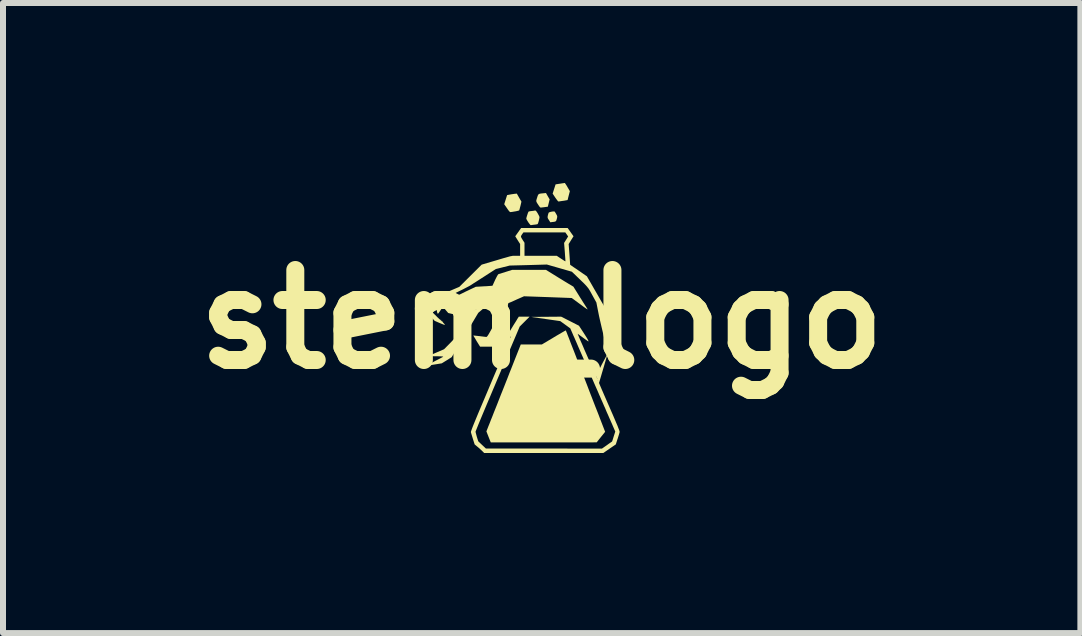
<source format=kicad_pcb>
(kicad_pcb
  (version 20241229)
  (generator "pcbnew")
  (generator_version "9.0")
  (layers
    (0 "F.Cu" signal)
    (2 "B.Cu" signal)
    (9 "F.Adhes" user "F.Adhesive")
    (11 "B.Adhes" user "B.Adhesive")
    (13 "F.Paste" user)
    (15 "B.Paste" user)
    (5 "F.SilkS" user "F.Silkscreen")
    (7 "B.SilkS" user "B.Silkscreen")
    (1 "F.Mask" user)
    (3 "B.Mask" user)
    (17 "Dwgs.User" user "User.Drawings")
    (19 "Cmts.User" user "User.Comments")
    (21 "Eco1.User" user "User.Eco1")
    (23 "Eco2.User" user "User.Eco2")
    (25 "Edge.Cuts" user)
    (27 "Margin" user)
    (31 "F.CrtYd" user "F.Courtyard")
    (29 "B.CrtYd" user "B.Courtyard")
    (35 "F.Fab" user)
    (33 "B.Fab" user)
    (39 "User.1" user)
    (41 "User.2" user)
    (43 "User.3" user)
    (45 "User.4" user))
  (footprint "stem_logo"
    (layer "F.Cu")
    (at 5.979 2.272)
    (property "Reference" "stem_logo" (at 0 0 0) (layer "F.SilkS") (effects (font (size 1.5 1.5) (thickness 0.3))))
    (attr board_only exclude_from_pos_files exclude_from_bom)
    (fp_poly (pts (xy -1.677 0.004) (xy -1.68 0.007) (xy -1.684 0.004) (xy -1.68 -0.000001)) (stroke (width 0) (type solid)) (fill yes) (layer "F.SilkS"))
    (fp_poly (pts (xy -0.377 -2.028) (xy -0.338 -1.961) (xy -0.354 -1.892) (xy -0.362 -1.862) (xy -0.369 -1.836) (xy -0.374 -1.82) (xy -0.375 -1.816) (xy -0.384 -1.812) (xy -0.403 -1.807) (xy -0.429 -1.801) (xy -0.459 -1.796) (xy -0.488 -1.791) (xy -0.513 -1.788) (xy -0.527 -1.787) (xy -0.534 -1.793) (xy -0.548 -1.808) (xy -0.565 -1.831) (xy -0.58 -1.853) (xy -0.625 -1.918) (xy -0.601 -1.994) (xy -0.577 -2.07) (xy -0.537 -2.078) (xy -0.504 -2.084) (xy -0.469 -2.089) (xy -0.456 -2.091) (xy -0.415 -2.095)) (stroke (width 0) (type solid)) (fill yes) (layer "F.SilkS"))
    (fp_poly (pts (xy 0.101 -2.052) (xy 0.132 -1.999) (xy 0.117 -1.938) (xy 0.102 -1.877) (xy 0.064 -1.872) (xy 0.036 -1.868) (xy 0.009 -1.865) (xy -0.000001 -1.864) (xy -0.015 -1.862) (xy -0.026 -1.866) (xy -0.037 -1.878) (xy -0.049 -1.895) (xy -0.069 -1.925) (xy -0.082 -1.946) (xy -0.089 -1.962) (xy -0.091 -1.976) (xy -0.088 -1.991) (xy -0.082 -2.012) (xy -0.077 -2.027) (xy -0.068 -2.056) (xy -0.06 -2.074) (xy -0.05 -2.086) (xy -0.034 -2.093) (xy -0.01 -2.097) (xy 0.022 -2.1) (xy 0.071 -2.105)) (stroke (width 0) (type solid)) (fill yes) (layer "F.SilkS"))
    (fp_poly (pts (xy 0.21 -1.797) (xy 0.216 -1.795) (xy 0.223 -1.785) (xy 0.234 -1.767) (xy 0.242 -1.753) (xy 0.253 -1.733) (xy 0.258 -1.718) (xy 0.258 -1.703) (xy 0.253 -1.68) (xy 0.252 -1.676) (xy 0.245 -1.653) (xy 0.238 -1.638) (xy 0.226 -1.63) (xy 0.207 -1.625) (xy 0.18 -1.622) (xy 0.143 -1.617) (xy 0.119 -1.656) (xy 0.105 -1.677) (xy 0.099 -1.693) (xy 0.098 -1.707) (xy 0.101 -1.727) (xy 0.102 -1.731) (xy 0.108 -1.754) (xy 0.114 -1.772) (xy 0.117 -1.778) (xy 0.127 -1.784) (xy 0.146 -1.79) (xy 0.17 -1.795) (xy 0.193 -1.798)) (stroke (width 0) (type solid)) (fill yes) (layer "F.SilkS"))
    (fp_poly (pts (xy 0.39 -2.266) (xy 0.401 -2.25) (xy 0.416 -2.227) (xy 0.429 -2.204) (xy 0.469 -2.136) (xy 0.45 -2.063) (xy 0.442 -2.032) (xy 0.436 -2.007) (xy 0.432 -1.992) (xy 0.431 -1.988) (xy 0.423 -1.986) (xy 0.406 -1.983) (xy 0.38 -1.978) (xy 0.352 -1.974) (xy 0.323 -1.97) (xy 0.299 -1.966) (xy 0.282 -1.964) (xy 0.278 -1.964) (xy 0.27 -1.97) (xy 0.257 -1.986) (xy 0.24 -2.009) (xy 0.225 -2.03) (xy 0.182 -2.095) (xy 0.206 -2.171) (xy 0.216 -2.202) (xy 0.224 -2.227) (xy 0.229 -2.243) (xy 0.231 -2.248) (xy 0.238 -2.25) (xy 0.256 -2.253) (xy 0.281 -2.257) (xy 0.31 -2.261) (xy 0.339 -2.266) (xy 0.363 -2.269) (xy 0.38 -2.272) (xy 0.385 -2.272)) (stroke (width 0) (type solid)) (fill yes) (layer "F.SilkS"))
    (fp_poly (pts (xy -0.1 -1.811) (xy -0.087 -1.797) (xy -0.07 -1.771) (xy -0.067 -1.766) (xy -0.053 -1.74) (xy -0.042 -1.719) (xy -0.037 -1.704) (xy -0.037 -1.703) (xy -0.039 -1.687) (xy -0.044 -1.663) (xy -0.05 -1.637) (xy -0.057 -1.613) (xy -0.064 -1.595) (xy -0.068 -1.587) (xy -0.079 -1.584) (xy -0.1 -1.58) (xy -0.124 -1.577) (xy -0.15 -1.574) (xy -0.171 -1.571) (xy -0.181 -1.569) (xy -0.189 -1.573) (xy -0.202 -1.588) (xy -0.219 -1.61) (xy -0.224 -1.618) (xy -0.239 -1.642) (xy -0.251 -1.663) (xy -0.257 -1.676) (xy -0.257 -1.678) (xy -0.255 -1.692) (xy -0.249 -1.714) (xy -0.241 -1.739) (xy -0.233 -1.764) (xy -0.225 -1.784) (xy -0.219 -1.795) (xy -0.218 -1.796) (xy -0.207 -1.799) (xy -0.186 -1.803) (xy -0.166 -1.805) (xy -0.14 -1.808) (xy -0.119 -1.812) (xy -0.109 -1.813)) (stroke (width 0) (type solid)) (fill yes) (layer "F.SilkS"))
    (fp_poly (pts (xy -0.879 -0.263) (xy -0.883 -0.258) (xy -0.897 -0.245) (xy -0.919 -0.226) (xy -0.946 -0.202) (xy -0.968 -0.184) (xy -1.058 -0.107) (xy -1.148 0.044) (xy -1.175 0.089) (xy -1.207 0.144) (xy -1.244 0.205) (xy -1.283 0.27) (xy -1.321 0.334) (xy -1.359 0.396) (xy -1.369 0.413) (xy -1.501 0.631) (xy -1.583 0.683) (xy -1.666 0.734) (xy -1.785 0.753) (xy -1.834 0.761) (xy -1.87 0.766) (xy -1.895 0.77) (xy -1.911 0.772) (xy -1.918 0.772) (xy -1.919 0.77) (xy -1.919 0.77) (xy -1.912 0.766) (xy -1.893 0.756) (xy -1.866 0.742) (xy -1.832 0.724) (xy -1.793 0.704) (xy -1.791 0.702) (xy -1.75 0.681) (xy -1.713 0.662) (xy -1.682 0.646) (xy -1.66 0.634) (xy -1.647 0.628) (xy -1.647 0.628) (xy -1.643 0.624) (xy -1.644 0.622) (xy -1.653 0.62) (xy -1.672 0.618) (xy -1.702 0.617) (xy -1.744 0.616) (xy -1.764 0.616) (xy -1.898 0.614) (xy -1.763 0.557) (xy -1.628 0.499) (xy -1.536 0.406) (xy -1.504 0.373) (xy -1.475 0.342) (xy -1.451 0.315) (xy -1.433 0.293) (xy -1.426 0.283) (xy -1.417 0.269) (xy -1.402 0.245) (xy -1.381 0.212) (xy -1.355 0.173) (xy -1.326 0.128) (xy -1.294 0.079) (xy -1.277 0.054) (xy -1.146 -0.145) (xy -1.014 -0.205) (xy -0.973 -0.224) (xy -0.937 -0.239) (xy -0.908 -0.252) (xy -0.888 -0.26) (xy -0.879 -0.263)) (stroke (width 0) (type solid)) (fill yes) (layer "F.SilkS"))
    (fp_poly (pts (xy 0.402 0.187) (xy 0.404 0.191) (xy 0.407 0.199) (xy 0.412 0.211) (xy 0.419 0.227) (xy 0.427 0.249) (xy 0.438 0.277) (xy 0.452 0.312) (xy 0.468 0.354) (xy 0.487 0.404) (xy 0.51 0.463) (xy 0.537 0.531) (xy 0.567 0.609) (xy 0.601 0.698) (xy 0.64 0.798) (xy 0.683 0.91) (xy 0.732 1.035) (xy 0.761 1.11) (xy 0.786 1.176) (xy 0.811 1.241) (xy 0.835 1.302) (xy 0.856 1.357) (xy 0.875 1.406) (xy 0.89 1.445) (xy 0.901 1.473) (xy 0.905 1.482) (xy 0.916 1.511) (xy 0.932 1.551) (xy 0.95 1.597) (xy 0.969 1.648) (xy 0.989 1.699) (xy 0.995 1.715) (xy 1.057 1.875) (xy 0.986 1.963) (xy 0.916 2.051) (xy 0.033 2.052) (xy -0.849 2.052) (xy -0.886 1.96) (xy -0.922 1.868) (xy -0.888 1.781) (xy -0.878 1.757) (xy -0.864 1.722) (xy -0.846 1.675) (xy -0.824 1.621) (xy -0.8 1.559) (xy -0.773 1.492) (xy -0.745 1.422) (xy -0.717 1.35) (xy -0.711 1.335) (xy -0.679 1.253) (xy -0.644 1.166) (xy -0.608 1.075) (xy -0.572 0.984) (xy -0.538 0.896) (xy -0.505 0.814) (xy -0.476 0.74) (xy -0.459 0.697) (xy -0.349 0.419) (xy -0.173 0.419) (xy 0.003 0.419) (xy 0.201 0.301) (xy 0.249 0.272) (xy 0.294 0.246) (xy 0.333 0.223) (xy 0.364 0.205) (xy 0.387 0.192) (xy 0.399 0.186) (xy 0.401 0.185)) (stroke (width 0) (type solid)) (fill yes) (layer "F.SilkS"))
    (fp_poly (pts (xy 0.236 -0.722) (xy 0.284 -0.692) (xy 0.332 -0.663) (xy 0.377 -0.635) (xy 0.417 -0.611) (xy 0.448 -0.592) (xy 0.464 -0.583) (xy 0.528 -0.544) (xy 0.611 -0.411) (xy 0.638 -0.367) (xy 0.665 -0.325) (xy 0.689 -0.286) (xy 0.71 -0.254) (xy 0.724 -0.231) (xy 0.726 -0.229) (xy 0.742 -0.204) (xy 0.756 -0.182) (xy 0.764 -0.168) (xy 0.765 -0.167) (xy 0.762 -0.166) (xy 0.75 -0.173) (xy 0.729 -0.187) (xy 0.702 -0.206) (xy 0.686 -0.218) (xy 0.65 -0.245) (xy 0.613 -0.272) (xy 0.58 -0.297) (xy 0.553 -0.316) (xy 0.55 -0.319) (xy 0.5 -0.355) (xy 0.102 -0.37) (xy -0.295 -0.384) (xy -0.374 -0.349) (xy -0.411 -0.333) (xy -0.448 -0.316) (xy -0.481 -0.301) (xy -0.498 -0.293) (xy -0.523 -0.283) (xy -0.542 -0.275) (xy -0.551 -0.272) (xy -0.551 -0.272) (xy -0.557 -0.266) (xy -0.562 -0.25) (xy -0.562 -0.248) (xy -0.57 -0.194) (xy -0.579 -0.128) (xy -0.589 -0.052) (xy -0.592 -0.026) (xy -0.598 0.009) (xy -0.606 0.054) (xy -0.616 0.108) (xy -0.627 0.165) (xy -0.64 0.223) (xy -0.648 0.258) (xy -0.659 0.309) (xy -0.67 0.355) (xy -0.679 0.394) (xy -0.686 0.424) (xy -0.69 0.444) (xy -0.691 0.451) (xy -0.698 0.453) (xy -0.718 0.454) (xy -0.748 0.455) (xy -0.787 0.455) (xy -0.832 0.456) (xy -0.859 0.456) (xy -1.027 0.456) (xy -1.084 0.365) (xy -1.103 0.332) (xy -1.12 0.304) (xy -1.133 0.283) (xy -1.139 0.272) (xy -1.14 0.27) (xy -1.133 0.27) (xy -1.114 0.272) (xy -1.086 0.275) (xy -1.051 0.279) (xy -1.039 0.28) (xy -1.001 0.285) (xy -0.967 0.289) (xy -0.941 0.292) (xy -0.925 0.294) (xy -0.923 0.294) (xy -0.916 0.291) (xy -0.907 0.282) (xy -0.895 0.265) (xy -0.879 0.239) (xy -0.858 0.202) (xy -0.836 0.163) (xy -0.765 0.032) (xy -0.765 -0.133) (xy -0.765 -0.298) (xy -0.808 -0.325) (xy -0.851 -0.353) (xy -1.019 -0.353) (xy -1.187 -0.353) (xy -1.316 -0.319) (xy -1.374 -0.304) (xy -1.419 -0.292) (xy -1.453 -0.283) (xy -1.478 -0.275) (xy -1.494 -0.27) (xy -1.504 -0.266) (xy -1.508 -0.263) (xy -1.51 -0.26) (xy -1.51 -0.259) (xy -1.505 -0.25) (xy -1.493 -0.232) (xy -1.476 -0.207) (xy -1.455 -0.177) (xy -1.444 -0.162) (xy -1.422 -0.131) (xy -1.404 -0.103) (xy -1.391 -0.083) (xy -1.385 -0.071) (xy -1.385 -0.069) (xy -1.393 -0.069) (xy -1.413 -0.072) (xy -1.441 -0.077) (xy -1.474 -0.085) (xy -1.558 -0.105) (xy -1.601 -0.155) (xy -1.62 -0.178) (xy -1.636 -0.195) (xy -1.645 -0.204) (xy -1.647 -0.206) (xy -1.653 -0.2) (xy -1.664 -0.184) (xy -1.679 -0.162) (xy -1.691 -0.144) (xy -1.71 -0.116) (xy -1.723 -0.099) (xy -1.731 -0.093) (xy -1.738 -0.101) (xy -1.744 -0.121) (xy -1.75 -0.154) (xy -1.753 -0.167) (xy -1.763 -0.22) (xy -1.707 -0.247) (xy -1.597 -0.301) (xy -1.498 -0.349) (xy -1.411 -0.392) (xy -1.336 -0.428) (xy -1.274 -0.459) (xy -1.223 -0.483) (xy -1.186 -0.501) (xy -1.173 -0.507) (xy -1.099 -0.542) (xy -0.961 -0.55) (xy -0.917 -0.552) (xy -0.879 -0.555) (xy -0.849 -0.557) (xy -0.829 -0.559) (xy -0.821 -0.56) (xy -0.821 -0.56) (xy -0.817 -0.567) (xy -0.809 -0.585) (xy -0.797 -0.612) (xy -0.782 -0.644) (xy -0.777 -0.656) (xy -0.759 -0.692) (xy -0.744 -0.721) (xy -0.731 -0.742) (xy -0.723 -0.752) (xy -0.722 -0.752) (xy -0.711 -0.756) (xy -0.688 -0.762) (xy -0.658 -0.772) (xy -0.621 -0.783) (xy -0.601 -0.79) (xy -0.493 -0.824) (xy -0.211 -0.824) (xy 0.071 -0.824)) (stroke (width 0) (type solid)) (fill yes) (layer "F.SilkS"))
    (fp_poly (pts (xy 0.481 -1.453) (xy 0.53 -1.384) (xy 0.489 -1.319) (xy 0.449 -1.254) (xy 0.462 -1.081) (xy 0.474 -0.909) (xy 0.539 -0.864) (xy 0.574 -0.841) (xy 0.614 -0.813) (xy 0.655 -0.785) (xy 0.679 -0.768) (xy 0.753 -0.717) (xy 0.842 -0.563) (xy 0.872 -0.51) (xy 0.907 -0.45) (xy 0.945 -0.384) (xy 0.982 -0.319) (xy 1.017 -0.259) (xy 1.032 -0.233) (xy 1.133 -0.057) (xy 1.119 0.241) (xy 1.115 0.305) (xy 1.112 0.365) (xy 1.109 0.419) (xy 1.107 0.465) (xy 1.105 0.501) (xy 1.103 0.527) (xy 1.102 0.54) (xy 1.101 0.541) (xy 1.099 0.535) (xy 1.094 0.516) (xy 1.086 0.485) (xy 1.075 0.445) (xy 1.063 0.397) (xy 1.049 0.342) (xy 1.034 0.282) (xy 1.031 0.27) (xy 1.015 0.202) (xy 0.998 0.131) (xy 0.982 0.062) (xy 0.967 -0.003) (xy 0.954 -0.062) (xy 0.944 -0.112) (xy 0.938 -0.142) (xy 0.911 -0.28) (xy 0.841 -0.407) (xy 0.823 -0.44) (xy 0.808 -0.467) (xy 0.794 -0.49) (xy 0.781 -0.511) (xy 0.766 -0.53) (xy 0.75 -0.55) (xy 0.73 -0.572) (xy 0.705 -0.598) (xy 0.673 -0.629) (xy 0.635 -0.666) (xy 0.587 -0.712) (xy 0.573 -0.726) (xy 0.503 -0.793) (xy 0.295 -0.853) (xy 0.086 -0.913) (xy -0.223 -0.904) (xy -0.533 -0.896) (xy -0.649 -0.867) (xy -0.765 -0.838) (xy -0.954 -0.716) (xy -1.004 -0.684) (xy -1.052 -0.653) (xy -1.096 -0.625) (xy -1.134 -0.601) (xy -1.164 -0.581) (xy -1.184 -0.568) (xy -1.188 -0.566) (xy -1.203 -0.557) (xy -1.231 -0.542) (xy -1.268 -0.523) (xy -1.314 -0.499) (xy -1.368 -0.473) (xy -1.426 -0.444) (xy -1.488 -0.413) (xy -1.537 -0.389) (xy -1.599 -0.359) (xy -1.658 -0.33) (xy -1.711 -0.304) (xy -1.758 -0.28) (xy -1.796 -0.26) (xy -1.826 -0.245) (xy -1.844 -0.235) (xy -1.85 -0.231) (xy -1.857 -0.217) (xy -1.862 -0.196) (xy -1.863 -0.192) (xy -1.865 -0.182) (xy -1.864 -0.173) (xy -1.86 -0.163) (xy -1.852 -0.152) (xy -1.838 -0.135) (xy -1.817 -0.113) (xy -1.787 -0.083) (xy -1.771 -0.068) (xy -1.741 -0.037) (xy -1.713 -0.011) (xy -1.69 0.01) (xy -1.674 0.023) (xy -1.667 0.027) (xy -1.659 0.031) (xy -1.658 0.033) (xy -1.653 0.042) (xy -1.641 0.058) (xy -1.633 0.066) (xy -1.62 0.081) (xy -1.615 0.091) (xy -1.615 0.094) (xy -1.624 0.092) (xy -1.644 0.085) (xy -1.671 0.074) (xy -1.703 0.061) (xy -1.703 0.061) (xy -1.767 0.033) (xy -1.669 0.033) (xy -1.666 0.037) (xy -1.662 0.033) (xy -1.666 0.029) (xy -1.669 0.033) (xy -1.767 0.033) (xy -1.784 0.026) (xy -1.863 -0.061) (xy -1.943 -0.147) (xy -1.915 -0.23) (xy -1.904 -0.263) (xy -1.894 -0.291) (xy -1.886 -0.311) (xy -1.882 -0.32) (xy -1.874 -0.324) (xy -1.854 -0.334) (xy -1.824 -0.348) (xy -1.784 -0.365) (xy -1.738 -0.385) (xy -1.685 -0.408) (xy -1.628 -0.432) (xy -1.624 -0.434) (xy -1.373 -0.541) (xy -1.187 -0.726) (xy -1.001 -0.911) (xy -0.839 -0.959) (xy -0.761 -0.982) (xy -0.697 -1.001) (xy -0.644 -1.017) (xy -0.6 -1.029) (xy -0.565 -1.039) (xy -0.538 -1.047) (xy -0.516 -1.052) (xy -0.498 -1.055) (xy -0.484 -1.058) (xy -0.47 -1.059) (xy -0.457 -1.059) (xy -0.443 -1.059) (xy -0.43 -1.059) (xy -0.36 -1.059) (xy -0.36 -1.157) (xy -0.36 -1.255) (xy -0.401 -1.319) (xy -0.437 -1.377) (xy -0.346 -1.377) (xy -0.34 -1.361) (xy -0.327 -1.339) (xy -0.32 -1.327) (xy -0.287 -1.276) (xy -0.287 -1.167) (xy -0.287 -1.059) (xy -0.018 -1.059) (xy 0.25 -1.059) (xy 0.322 -1.011) (xy 0.35 -0.993) (xy 0.373 -0.978) (xy 0.389 -0.969) (xy 0.395 -0.966) (xy 0.395 -0.974) (xy 0.394 -0.994) (xy 0.392 -1.024) (xy 0.389 -1.062) (xy 0.386 -1.107) (xy 0.385 -1.121) (xy 0.373 -1.273) (xy 0.407 -1.327) (xy 0.44 -1.381) (xy 0.417 -1.415) (xy 0.393 -1.449) (xy 0.044 -1.448) (xy -0.305 -1.448) (xy -0.317 -1.432) (xy -0.334 -1.407) (xy -0.344 -1.39) (xy -0.346 -1.377) (xy -0.437 -1.377) (xy -0.441 -1.384) (xy -0.392 -1.453) (xy -0.343 -1.522) (xy 0.044 -1.522) (xy 0.432 -1.522)) (stroke (width 0) (type solid)) (fill yes) (layer "F.SilkS"))
    (fp_poly (pts (xy 0.472 0.031) (xy 0.621 0.107) (xy 0.7 0.228) (xy 0.73 0.275) (xy 0.752 0.31) (xy 0.767 0.336) (xy 0.776 0.353) (xy 0.779 0.364) (xy 0.777 0.368) (xy 0.776 0.368) (xy 0.769 0.364) (xy 0.752 0.352) (xy 0.728 0.335) (xy 0.699 0.314) (xy 0.687 0.305) (xy 0.657 0.283) (xy 0.631 0.264) (xy 0.612 0.25) (xy 0.601 0.243) (xy 0.6 0.243) (xy 0.6 0.244) (xy 0.601 0.248) (xy 0.605 0.256) (xy 0.61 0.269) (xy 0.618 0.288) (xy 0.629 0.314) (xy 0.643 0.348) (xy 0.662 0.391) (xy 0.685 0.443) (xy 0.712 0.507) (xy 0.745 0.582) (xy 0.769 0.637) (xy 0.787 0.678) (xy 0.803 0.713) (xy 0.817 0.741) (xy 0.827 0.76) (xy 0.832 0.768) (xy 0.832 0.768) (xy 0.835 0.77) (xy 0.833 0.777) (xy 0.832 0.785) (xy 0.836 0.785) (xy 0.843 0.787) (xy 0.852 0.8) (xy 0.86 0.817) (xy 0.864 0.833) (xy 0.864 0.845) (xy 0.864 0.846) (xy 0.862 0.852) (xy 0.867 0.85) (xy 0.875 0.853) (xy 0.886 0.87) (xy 0.891 0.882) (xy 0.9 0.902) (xy 0.908 0.916) (xy 0.911 0.919) (xy 0.915 0.913) (xy 0.926 0.895) (xy 0.941 0.868) (xy 0.96 0.833) (xy 0.982 0.792) (xy 1.003 0.75) (xy 1.027 0.705) (xy 1.049 0.664) (xy 1.067 0.63) (xy 1.081 0.604) (xy 1.09 0.588) (xy 1.093 0.584) (xy 1.092 0.591) (xy 1.087 0.611) (xy 1.078 0.641) (xy 1.067 0.681) (xy 1.053 0.728) (xy 1.038 0.781) (xy 1.025 0.824) (xy 0.955 1.061) (xy 0.98 1.121) (xy 0.988 1.139) (xy 1.001 1.17) (xy 1.019 1.211) (xy 1.04 1.26) (xy 1.065 1.317) (xy 1.092 1.379) (xy 1.121 1.445) (xy 1.151 1.514) (xy 1.154 1.521) (xy 1.189 1.601) (xy 1.218 1.669) (xy 1.242 1.726) (xy 1.262 1.772) (xy 1.276 1.809) (xy 1.287 1.837) (xy 1.294 1.857) (xy 1.298 1.872) (xy 1.298 1.88) (xy 1.298 1.881) (xy 1.294 1.896) (xy 1.287 1.921) (xy 1.277 1.953) (xy 1.266 1.989) (xy 1.264 1.993) (xy 1.235 2.085) (xy 1.131 2.156) (xy 1.027 2.228) (xy 0.033 2.228) (xy -0.96 2.228) (xy -0.989 2.198) (xy -1.009 2.179) (xy -1.035 2.155) (xy -1.063 2.131) (xy -1.068 2.127) (xy -1.118 2.085) (xy -1.147 1.993) (xy -1.158 1.957) (xy -1.168 1.924) (xy -1.176 1.898) (xy -1.18 1.883) (xy -1.18 1.882) (xy -1.18 1.876) (xy -1.177 1.864) (xy -1.171 1.847) (xy -1.162 1.822) (xy -1.15 1.79) (xy -1.134 1.75) (xy -1.114 1.701) (xy -1.09 1.643) (xy -1.062 1.575) (xy -1.029 1.497) (xy -0.991 1.407) (xy -0.948 1.306) (xy -0.9 1.192) (xy -0.853 1.08) (xy -0.81 0.978) (xy -0.768 0.88) (xy -0.728 0.786) (xy -0.691 0.698) (xy -0.656 0.616) (xy -0.624 0.541) (xy -0.596 0.474) (xy -0.571 0.416) (xy -0.551 0.367) (xy -0.535 0.33) (xy -0.524 0.303) (xy -0.518 0.289) (xy -0.517 0.287) (xy -0.521 0.288) (xy -0.533 0.298) (xy -0.552 0.316) (xy -0.577 0.34) (xy -0.596 0.358) (xy -0.624 0.387) (xy -0.648 0.411) (xy -0.667 0.429) (xy -0.678 0.439) (xy -0.681 0.441) (xy -0.678 0.435) (xy -0.669 0.42) (xy -0.656 0.398) (xy -0.647 0.384) (xy -0.633 0.361) (xy -0.612 0.328) (xy -0.587 0.287) (xy -0.56 0.243) (xy -0.532 0.198) (xy -0.523 0.184) (xy -0.496 0.14) (xy -0.47 0.097) (xy -0.446 0.059) (xy -0.426 0.027) (xy -0.412 0.004) (xy -0.409 -0.002) (xy -0.382 -0.044) (xy -0.292 -0.044) (xy -0.202 -0.044) (xy -0.285 0.039) (xy -0.367 0.121) (xy -0.735 0.99) (xy -0.78 1.097) (xy -0.824 1.201) (xy -0.866 1.301) (xy -0.906 1.395) (xy -0.943 1.483) (xy -0.977 1.564) (xy -1.008 1.638) (xy -1.035 1.703) (xy -1.058 1.759) (xy -1.076 1.804) (xy -1.09 1.839) (xy -1.099 1.862) (xy -1.103 1.872) (xy -1.103 1.872) (xy -1.101 1.885) (xy -1.095 1.908) (xy -1.087 1.938) (xy -1.081 1.96) (xy -1.058 2.033) (xy -0.994 2.094) (xy -0.93 2.154) (xy 0.037 2.154) (xy 1.004 2.155) (xy 1.087 2.097) (xy 1.117 2.075) (xy 1.143 2.057) (xy 1.162 2.044) (xy 1.172 2.037) (xy 1.172 2.036) (xy 1.176 2.028) (xy 1.182 2.01) (xy 1.191 1.982) (xy 1.2 1.952) (xy 1.226 1.871) (xy 1.186 1.779) (xy 1.171 1.743) (xy 1.156 1.71) (xy 1.145 1.684) (xy 1.137 1.667) (xy 1.136 1.665) (xy 1.13 1.651) (xy 1.119 1.626) (xy 1.105 1.593) (xy 1.088 1.556) (xy 1.078 1.533) (xy 1.061 1.491) (xy 1.038 1.44) (xy 1.014 1.384) (xy 0.989 1.328) (xy 0.966 1.274) (xy 0.963 1.269) (xy 0.947 1.231) (xy 0.926 1.182) (xy 0.9 1.124) (xy 0.871 1.058) (xy 0.854 1.018) (xy 0.934 1.018) (xy 0.938 1.022) (xy 0.941 1.018) (xy 0.938 1.015) (xy 0.934 1.018) (xy 0.854 1.018) (xy 0.841 0.989) (xy 0.919 0.989) (xy 0.923 0.993) (xy 0.927 0.989) (xy 0.923 0.985) (xy 0.919 0.989) (xy 0.841 0.989) (xy 0.84 0.986) (xy 0.832 0.967) (xy 0.912 0.967) (xy 0.916 0.971) (xy 0.919 0.967) (xy 0.916 0.963) (xy 0.912 0.967) (xy 0.832 0.967) (xy 0.825 0.952) (xy 0.905 0.952) (xy 0.908 0.956) (xy 0.912 0.952) (xy 0.908 0.949) (xy 0.905 0.952) (xy 0.825 0.952) (xy 0.817 0.934) (xy 0.897 0.934) (xy 0.9 0.94) (xy 0.902 0.939) (xy 0.903 0.93) (xy 0.902 0.929) (xy 0.898 0.93) (xy 0.897 0.934) (xy 0.817 0.934) (xy 0.808 0.911) (xy 0.806 0.908) (xy 0.884 0.908) (xy 0.886 0.911) (xy 0.893 0.919) (xy 0.894 0.914) (xy 0.892 0.908) (xy 0.887 0.9) (xy 0.884 0.9) (xy 0.884 0.908) (xy 0.806 0.908) (xy 0.788 0.865) (xy 0.868 0.865) (xy 0.872 0.878) (xy 0.878 0.887) (xy 0.88 0.887) (xy 0.88 0.879) (xy 0.876 0.87) (xy 0.869 0.861) (xy 0.868 0.865) (xy 0.788 0.865) (xy 0.774 0.835) (xy 0.765 0.814) (xy 0.846 0.814) (xy 0.85 0.827) (xy 0.856 0.835) (xy 0.858 0.836) (xy 0.858 0.827) (xy 0.854 0.819) (xy 0.847 0.81) (xy 0.846 0.814) (xy 0.765 0.814) (xy 0.758 0.798) (xy 0.838 0.798) (xy 0.842 0.802) (xy 0.846 0.798) (xy 0.842 0.794) (xy 0.838 0.798) (xy 0.758 0.798) (xy 0.741 0.759) (xy 0.734 0.743) (xy 0.702 0.669) (xy 0.67 0.596) (xy 0.639 0.525) (xy 0.61 0.459) (xy 0.584 0.398) (xy 0.561 0.345) (xy 0.542 0.301) (xy 0.527 0.269) (xy 0.524 0.261) (xy 0.476 0.151) (xy 0.392 0.09) (xy 0.309 0.03) (xy 0.064 -0.005) (xy -0.18 -0.04) (xy 0.072 -0.042) (xy 0.324 -0.044)) (stroke (width 0) (type solid)) (fill yes) (layer "F.SilkS")))
  (gr_rect
    (start -3 -3)
    (end 14.957 7.501)
    (stroke (width 0.1) (type default))
    (fill no)
    (layer "Edge.Cuts")))
</source>
